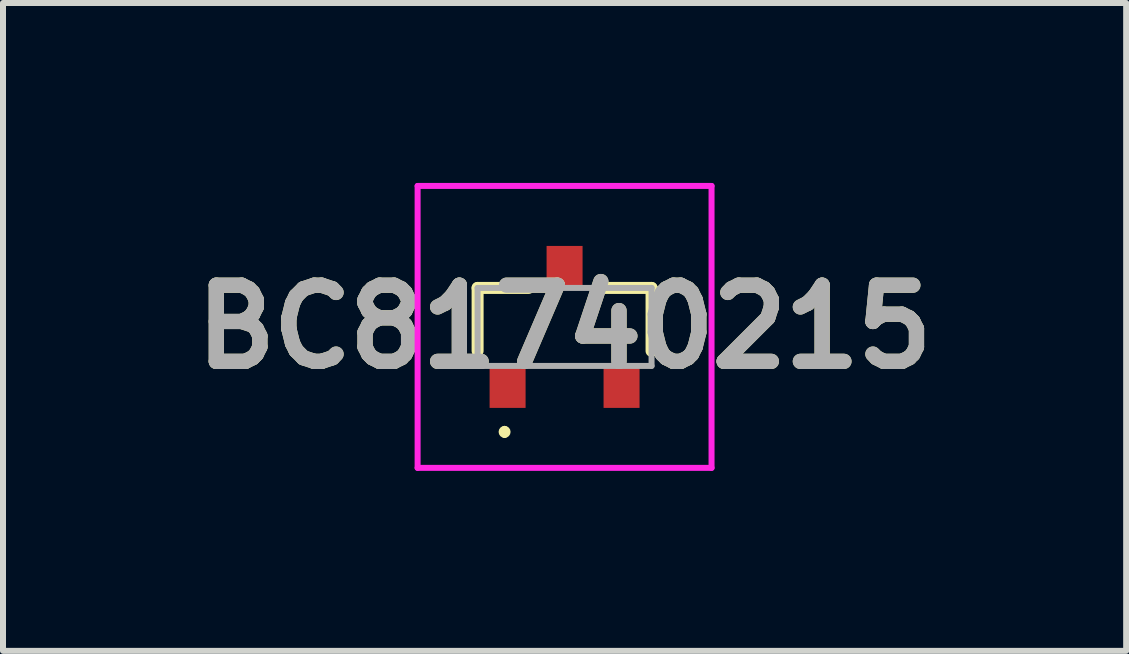
<source format=kicad_pcb>
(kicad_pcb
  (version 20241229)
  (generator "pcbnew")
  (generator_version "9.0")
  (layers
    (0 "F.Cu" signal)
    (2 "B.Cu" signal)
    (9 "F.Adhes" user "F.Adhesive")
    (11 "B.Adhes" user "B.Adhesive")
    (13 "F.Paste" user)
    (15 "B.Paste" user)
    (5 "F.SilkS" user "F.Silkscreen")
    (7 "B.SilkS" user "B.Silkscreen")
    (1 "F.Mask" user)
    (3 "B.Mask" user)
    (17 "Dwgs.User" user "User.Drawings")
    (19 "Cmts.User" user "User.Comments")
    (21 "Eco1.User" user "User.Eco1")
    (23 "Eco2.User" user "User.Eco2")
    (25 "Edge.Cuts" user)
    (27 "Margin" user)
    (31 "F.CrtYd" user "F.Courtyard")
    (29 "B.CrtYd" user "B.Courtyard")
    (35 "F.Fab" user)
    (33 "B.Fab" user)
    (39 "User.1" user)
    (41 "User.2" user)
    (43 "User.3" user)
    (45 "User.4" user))
  (footprint "BC81740215"
    (layer "F.Cu")
    (at 6.362 2.4)
    (property "Reference" "BC81740215" (at 0 0 0) (layer "F.SilkS") (effects (font (size 1.27 1.27) (thickness 0.254))))
    (attr smd)
    (fp_line (start -1.45 -0.65) (end -1.45 0.4) (stroke (width 0.2) (type solid)) (layer "F.SilkS"))
    (fp_line (start -1 1.7) (end -1 1.7) (stroke (width 0.1) (type solid)) (layer "F.SilkS"))
    (fp_line (start -1 1.8) (end -1 1.8) (stroke (width 0.1) (type solid)) (layer "F.SilkS"))
    (fp_line (start -0.6 -0.65) (end -1.45 -0.65) (stroke (width 0.2) (type solid)) (layer "F.SilkS"))
    (fp_line (start 0.6 -0.65) (end 1.45 -0.65) (stroke (width 0.2) (type solid)) (layer "F.SilkS"))
    (fp_line (start 1.45 -0.65) (end 1.45 0.4) (stroke (width 0.2) (type solid)) (layer "F.SilkS"))
    (fp_arc (start -1 1.7) (mid -0.95 1.75) (end -1 1.8) (stroke (width 0.1) (type solid)) (layer "F.SilkS"))
    (fp_arc (start -1 1.8) (mid -1.05 1.75) (end -1 1.7) (stroke (width 0.1) (type solid)) (layer "F.SilkS"))
    (fp_line (start -2.45 -2.35) (end 2.45 -2.35) (stroke (width 0.1) (type solid)) (layer "F.CrtYd"))
    (fp_line (start -2.45 2.35) (end -2.45 -2.35) (stroke (width 0.1) (type solid)) (layer "F.CrtYd"))
    (fp_line (start 2.45 -2.35) (end 2.45 2.35) (stroke (width 0.1) (type solid)) (layer "F.CrtYd"))
    (fp_line (start 2.45 2.35) (end -2.45 2.35) (stroke (width 0.1) (type solid)) (layer "F.CrtYd"))
    (fp_line (start -1.45 -0.65) (end 1.45 -0.65) (stroke (width 0.1) (type solid)) (layer "F.Fab"))
    (fp_line (start -1.45 0.65) (end -1.45 -0.65) (stroke (width 0.1) (type solid)) (layer "F.Fab"))
    (fp_line (start 1.45 -0.65) (end 1.45 0.65) (stroke (width 0.1) (type solid)) (layer "F.Fab"))
    (fp_line (start 1.45 0.65) (end -1.45 0.65) (stroke (width 0.1) (type solid)) (layer "F.Fab"))
    (fp_text user "${REFERENCE}" (at 0 0 0) (layer "F.Fab") (effects (font (size 1.27 1.27) (thickness 0.254))))
    (pad "1" smd rect (at -0.95 1) (size 0.6 0.7) (layers "F.Cu" "F.Mask" "F.Paste"))
    (pad "2" smd rect (at 0.95 1) (size 0.6 0.7) (layers "F.Cu" "F.Mask" "F.Paste"))
    (pad "3" smd rect (at 0 -1) (size 0.6 0.7) (layers "F.Cu" "F.Mask" "F.Paste")))
  (gr_rect
    (start -3 -3)
    (end 15.724 7.8)
    (stroke (width 0.1) (type default))
    (fill no)
    (layer "Edge.Cuts")))
</source>
